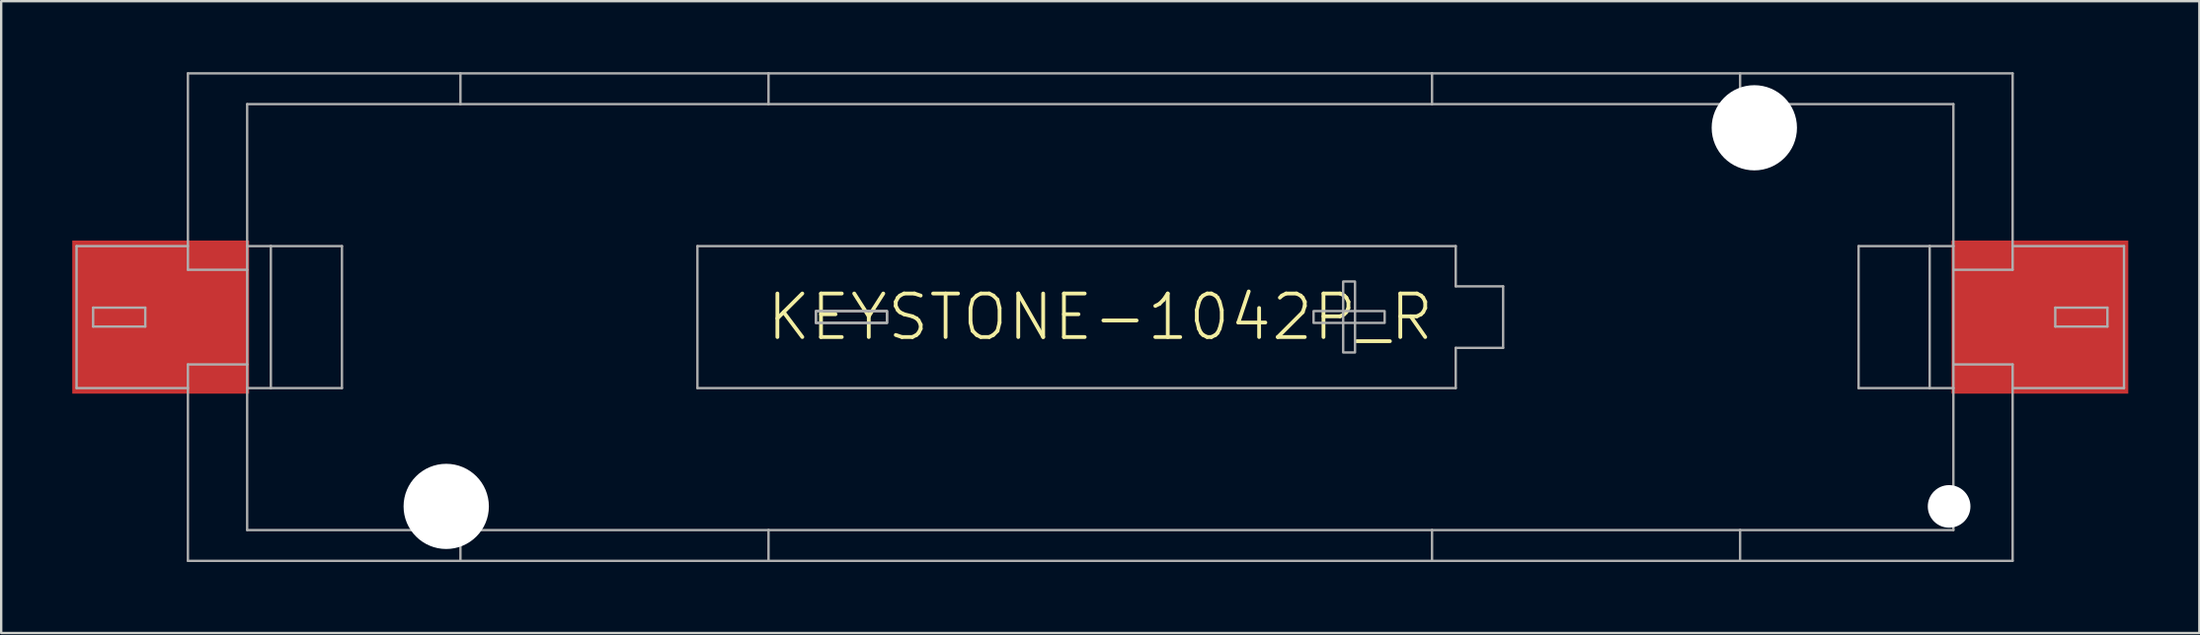
<source format=kicad_pcb>
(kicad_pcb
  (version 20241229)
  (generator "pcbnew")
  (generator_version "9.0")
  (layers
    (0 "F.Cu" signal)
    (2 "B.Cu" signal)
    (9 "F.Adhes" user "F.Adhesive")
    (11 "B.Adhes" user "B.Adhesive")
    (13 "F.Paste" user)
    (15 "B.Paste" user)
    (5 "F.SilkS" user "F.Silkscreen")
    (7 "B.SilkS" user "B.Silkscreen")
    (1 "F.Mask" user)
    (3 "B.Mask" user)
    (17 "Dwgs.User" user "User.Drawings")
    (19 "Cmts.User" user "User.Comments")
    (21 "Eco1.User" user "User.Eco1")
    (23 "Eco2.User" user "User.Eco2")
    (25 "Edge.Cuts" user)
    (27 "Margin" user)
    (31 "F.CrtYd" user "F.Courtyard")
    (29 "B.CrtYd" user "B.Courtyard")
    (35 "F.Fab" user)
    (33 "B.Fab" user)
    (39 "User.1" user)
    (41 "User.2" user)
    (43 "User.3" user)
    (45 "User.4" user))
  (footprint "KEYSTONE-1042P_R"
    (layer "F.Cu")
    (at 43.38 10.35)
    (property "Reference" "KEYSTONE-1042P_R" (at 0 0 0) (unlocked yes) (layer "F.SilkS") (effects (font (size 1.84 1.84) (thickness 0.16))))
    (fp_line (start -43.2 -3) (end -38.5 -3) (stroke (width 0.1) (type solid)) (layer "F.Fab"))
    (fp_line (start -43.2 3) (end -43.2 -3) (stroke (width 0.1) (type solid)) (layer "F.Fab"))
    (fp_line (start -42.5 -0.4) (end -40.3 -0.4) (stroke (width 0.1) (type solid)) (layer "F.Fab"))
    (fp_line (start -42.5 0.4) (end -42.5 -0.4) (stroke (width 0.1) (type solid)) (layer "F.Fab"))
    (fp_line (start -40.3 -0.4) (end -40.3 0.4) (stroke (width 0.1) (type solid)) (layer "F.Fab"))
    (fp_line (start -40.3 0.4) (end -42.5 0.4) (stroke (width 0.1) (type solid)) (layer "F.Fab"))
    (fp_line (start -38.5 -10.3) (end -38.5 -2) (stroke (width 0.1) (type solid)) (layer "F.Fab"))
    (fp_line (start -38.5 -10.3) (end -27 -10.3) (stroke (width 0.1) (type solid)) (layer "F.Fab"))
    (fp_line (start -38.5 -2) (end -36 -2) (stroke (width 0.1) (type solid)) (layer "F.Fab"))
    (fp_line (start -38.5 2) (end -36 2) (stroke (width 0.1) (type solid)) (layer "F.Fab"))
    (fp_line (start -38.5 3) (end -43.2 3) (stroke (width 0.1) (type solid)) (layer "F.Fab"))
    (fp_line (start -38.5 10.3) (end -38.5 2) (stroke (width 0.1) (type solid)) (layer "F.Fab"))
    (fp_line (start -38.5 10.3) (end -27 10.3) (stroke (width 0.1) (type solid)) (layer "F.Fab"))
    (fp_line (start -36 -3) (end -36 -9) (stroke (width 0.1) (type solid)) (layer "F.Fab"))
    (fp_line (start -36 -2) (end -36 -3) (stroke (width 0.1) (type solid)) (layer "F.Fab"))
    (fp_line (start -36 2) (end -36 -2) (stroke (width 0.1) (type solid)) (layer "F.Fab"))
    (fp_line (start -36 2) (end -36 3) (stroke (width 0.1) (type solid)) (layer "F.Fab"))
    (fp_line (start -36 3) (end -36 9) (stroke (width 0.1) (type solid)) (layer "F.Fab"))
    (fp_line (start -35 -3) (end -36 -3) (stroke (width 0.1) (type solid)) (layer "F.Fab"))
    (fp_line (start -35 3) (end -36 3) (stroke (width 0.1) (type solid)) (layer "F.Fab"))
    (fp_line (start -35 3) (end -35 -3) (stroke (width 0.1) (type solid)) (layer "F.Fab"))
    (fp_line (start -35 3) (end -32 3) (stroke (width 0.1) (type solid)) (layer "F.Fab"))
    (fp_line (start -32 -3) (end -35 -3) (stroke (width 0.1) (type solid)) (layer "F.Fab"))
    (fp_line (start -32 3) (end -32 -3) (stroke (width 0.1) (type solid)) (layer "F.Fab"))
    (fp_line (start -27 -10.3) (end -27 -9) (stroke (width 0.1) (type solid)) (layer "F.Fab"))
    (fp_line (start -27 -10.3) (end -14 -10.3) (stroke (width 0.1) (type solid)) (layer "F.Fab"))
    (fp_line (start -27 -9) (end -36 -9) (stroke (width 0.1) (type solid)) (layer "F.Fab"))
    (fp_line (start -27 9) (end -36 9) (stroke (width 0.1) (type solid)) (layer "F.Fab"))
    (fp_line (start -27 9) (end -27 10.3) (stroke (width 0.1) (type solid)) (layer "F.Fab"))
    (fp_line (start -27 10.3) (end -14 10.3) (stroke (width 0.1) (type solid)) (layer "F.Fab"))
    (fp_line (start -17 -3) (end -17 3) (stroke (width 0.1) (type solid)) (layer "F.Fab"))
    (fp_line (start -17 -3) (end 15 -3) (stroke (width 0.1) (type solid)) (layer "F.Fab"))
    (fp_line (start -17 3) (end 15 3) (stroke (width 0.1) (type solid)) (layer "F.Fab"))
    (fp_line (start -14 -10.3) (end 14 -10.3) (stroke (width 0.1) (type solid)) (layer "F.Fab"))
    (fp_line (start -14 -9) (end -27 -9) (stroke (width 0.1) (type solid)) (layer "F.Fab"))
    (fp_line (start -14 -9) (end -14 -10.3) (stroke (width 0.1) (type solid)) (layer "F.Fab"))
    (fp_line (start -14 9) (end -27 9) (stroke (width 0.1) (type solid)) (layer "F.Fab"))
    (fp_line (start -14 9) (end -14 10.3) (stroke (width 0.1) (type solid)) (layer "F.Fab"))
    (fp_line (start -14 10.3) (end 14 10.3) (stroke (width 0.1) (type solid)) (layer "F.Fab"))
    (fp_line (start 14 -10.3) (end 14 -9) (stroke (width 0.1) (type solid)) (layer "F.Fab"))
    (fp_line (start 14 -10.3) (end 27 -10.3) (stroke (width 0.1) (type solid)) (layer "F.Fab"))
    (fp_line (start 14 -9) (end -14 -9) (stroke (width 0.1) (type solid)) (layer "F.Fab"))
    (fp_line (start 14 9) (end -14 9) (stroke (width 0.1) (type solid)) (layer "F.Fab"))
    (fp_line (start 14 9) (end 14 10.3) (stroke (width 0.1) (type solid)) (layer "F.Fab"))
    (fp_line (start 14 10.3) (end 27 10.3) (stroke (width 0.1) (type solid)) (layer "F.Fab"))
    (fp_line (start 15 -3) (end 15 -1.3) (stroke (width 0.1) (type solid)) (layer "F.Fab"))
    (fp_line (start 15 1.3) (end 17 1.3) (stroke (width 0.1) (type solid)) (layer "F.Fab"))
    (fp_line (start 15 3) (end 15 1.3) (stroke (width 0.1) (type solid)) (layer "F.Fab"))
    (fp_line (start 17 -1.3) (end 15 -1.3) (stroke (width 0.1) (type solid)) (layer "F.Fab"))
    (fp_line (start 17 1.3) (end 17 -1.3) (stroke (width 0.1) (type solid)) (layer "F.Fab"))
    (fp_line (start 27 -10.3) (end 27 -9) (stroke (width 0.1) (type solid)) (layer "F.Fab"))
    (fp_line (start 27 -10.3) (end 38.5 -10.3) (stroke (width 0.1) (type solid)) (layer "F.Fab"))
    (fp_line (start 27 -9) (end 14 -9) (stroke (width 0.1) (type solid)) (layer "F.Fab"))
    (fp_line (start 27 9) (end 14 9) (stroke (width 0.1) (type solid)) (layer "F.Fab"))
    (fp_line (start 27 9) (end 27 10.3) (stroke (width 0.1) (type solid)) (layer "F.Fab"))
    (fp_line (start 27 10.3) (end 38.5 10.3) (stroke (width 0.1) (type solid)) (layer "F.Fab"))
    (fp_line (start 32 -3) (end 32 3) (stroke (width 0.1) (type solid)) (layer "F.Fab"))
    (fp_line (start 32 3) (end 35 3) (stroke (width 0.1) (type solid)) (layer "F.Fab"))
    (fp_line (start 35 -3) (end 32 -3) (stroke (width 0.1) (type solid)) (layer "F.Fab"))
    (fp_line (start 35 -3) (end 36 -3) (stroke (width 0.1) (type solid)) (layer "F.Fab"))
    (fp_line (start 35 3) (end 35 -3) (stroke (width 0.1) (type solid)) (layer "F.Fab"))
    (fp_line (start 35 3) (end 36 3) (stroke (width 0.1) (type solid)) (layer "F.Fab"))
    (fp_line (start 36 -9) (end 27 -9) (stroke (width 0.1) (type solid)) (layer "F.Fab"))
    (fp_line (start 36 -3) (end 36 -9) (stroke (width 0.1) (type solid)) (layer "F.Fab"))
    (fp_line (start 36 -2) (end 36 -3) (stroke (width 0.1) (type solid)) (layer "F.Fab"))
    (fp_line (start 36 2) (end 36 -2) (stroke (width 0.1) (type solid)) (layer "F.Fab"))
    (fp_line (start 36 2) (end 36 3) (stroke (width 0.1) (type solid)) (layer "F.Fab"))
    (fp_line (start 36 3) (end 36 9) (stroke (width 0.1) (type solid)) (layer "F.Fab"))
    (fp_line (start 36 9) (end 27 9) (stroke (width 0.1) (type solid)) (layer "F.Fab"))
    (fp_line (start 38.5 -10.3) (end 38.5 -3) (stroke (width 0.1) (type solid)) (layer "F.Fab"))
    (fp_line (start 38.5 -3) (end 38.5 -2) (stroke (width 0.1) (type solid)) (layer "F.Fab"))
    (fp_line (start 38.5 -3) (end 43.2 -3) (stroke (width 0.1) (type solid)) (layer "F.Fab"))
    (fp_line (start 38.5 -2) (end 36 -2) (stroke (width 0.1) (type solid)) (layer "F.Fab"))
    (fp_line (start 38.5 2) (end 36 2) (stroke (width 0.1) (type solid)) (layer "F.Fab"))
    (fp_line (start 38.5 2) (end 38.5 3) (stroke (width 0.1) (type solid)) (layer "F.Fab"))
    (fp_line (start 38.5 3) (end 38.5 10.3) (stroke (width 0.1) (type solid)) (layer "F.Fab"))
    (fp_line (start 40.3 -0.4) (end 42.5 -0.4) (stroke (width 0.1) (type solid)) (layer "F.Fab"))
    (fp_line (start 40.3 0.4) (end 40.3 -0.4) (stroke (width 0.1) (type solid)) (layer "F.Fab"))
    (fp_line (start 42.5 -0.4) (end 42.5 0.4) (stroke (width 0.1) (type solid)) (layer "F.Fab"))
    (fp_line (start 42.5 0.4) (end 40.3 0.4) (stroke (width 0.1) (type solid)) (layer "F.Fab"))
    (fp_line (start 43.2 -3) (end 43.2 3) (stroke (width 0.1) (type solid)) (layer "F.Fab"))
    (fp_line (start 43.2 3) (end 38.5 3) (stroke (width 0.1) (type solid)) (layer "F.Fab"))
    (fp_poly (pts (xy -9 -0.254) (xy -12 -0.254) (xy -12 0.246) (xy -9 0.246)) (stroke (width 0.1) (type default)) (fill no) (layer "F.Fab"))
    (fp_poly (pts (xy -9 -0.254) (xy -12 -0.254) (xy -12 0.246) (xy -9 0.246)) (stroke (width 0.1) (type default)) (fill no) (layer "F.Fab"))
    (fp_poly (pts (xy 10.75 -1.504) (xy 10.25 -1.504) (xy 10.25 1.496) (xy 10.75 1.496)) (stroke (width 0.1) (type default)) (fill no) (layer "F.Fab"))
    (fp_poly (pts (xy 12 -0.254) (xy 9 -0.254) (xy 9 0.246) (xy 12 0.246)) (stroke (width 0.1) (type default)) (fill no) (layer "F.Fab"))
    (pad "" np_thru_hole circle (at -27.6 8) (size 3.6 3.6) (drill 3.6) (layers "*.Cu" "*.Mask"))
    (pad "" np_thru_hole circle (at 27.6 -8) (size 3.6 3.6) (drill 3.6) (layers "*.Cu" "*.Mask"))
    (pad "" np_thru_hole circle (at 35.82 8) (size 1.8 1.8) (drill 1.8) (layers "*.Cu" "*.Mask"))
    (pad "M" smd rect (at -39.65 0) (size 7.46 6.47) (layers "F.Cu" "F.Mask" "F.Paste"))
    (pad "P" smd rect (at 39.65 0) (size 7.46 6.47) (layers "F.Cu" "F.Mask" "F.Paste")))
  (gr_rect
    (start -3 -3)
    (end 89.76 23.7)
    (stroke (width 0.1) (type default))
    (fill no)
    (layer "Edge.Cuts")))
</source>
